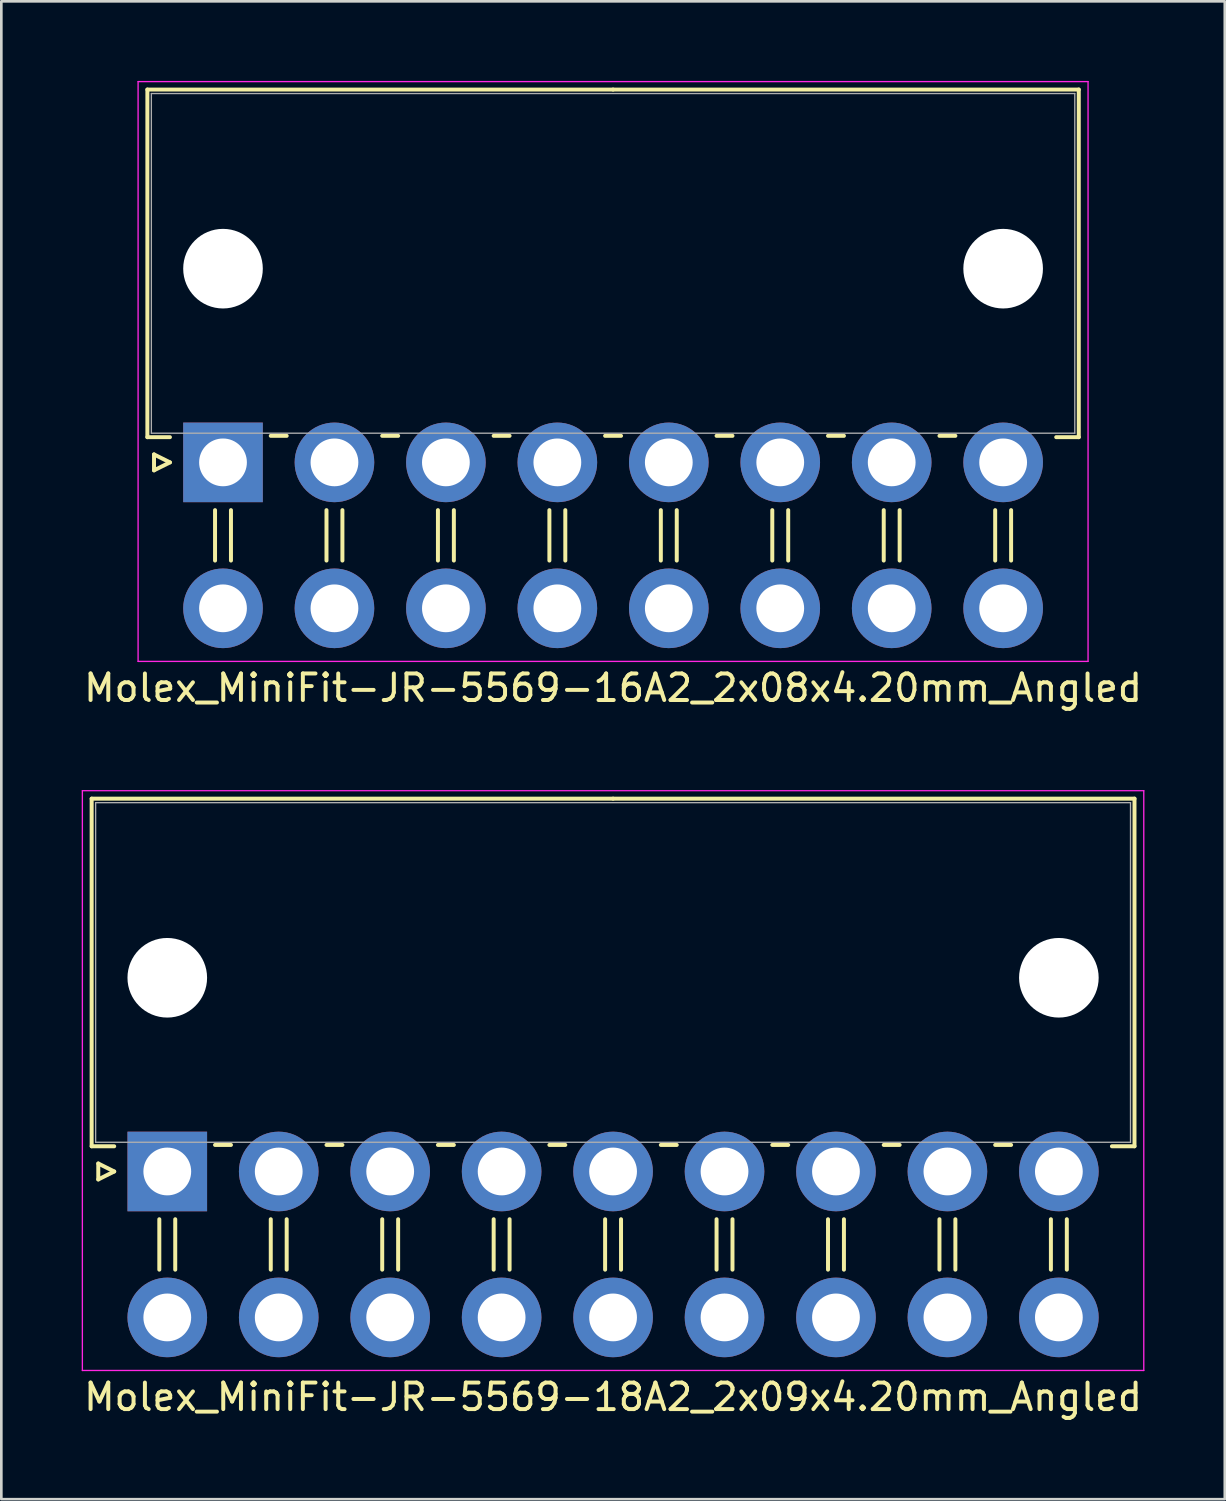
<source format=kicad_pcb>
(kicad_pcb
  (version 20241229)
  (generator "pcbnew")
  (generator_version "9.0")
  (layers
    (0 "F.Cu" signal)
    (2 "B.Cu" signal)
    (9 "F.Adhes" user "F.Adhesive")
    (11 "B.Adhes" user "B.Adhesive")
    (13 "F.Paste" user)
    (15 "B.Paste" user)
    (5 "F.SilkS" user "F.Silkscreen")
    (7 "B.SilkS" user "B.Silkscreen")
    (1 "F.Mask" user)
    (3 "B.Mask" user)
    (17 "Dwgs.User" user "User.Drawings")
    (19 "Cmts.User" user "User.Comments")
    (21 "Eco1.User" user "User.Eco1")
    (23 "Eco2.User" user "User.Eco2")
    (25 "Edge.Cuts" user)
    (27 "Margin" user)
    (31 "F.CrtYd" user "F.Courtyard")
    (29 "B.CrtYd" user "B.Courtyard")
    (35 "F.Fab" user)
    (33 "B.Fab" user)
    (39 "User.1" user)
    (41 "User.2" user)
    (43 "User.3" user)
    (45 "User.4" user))
  (footprint "Molex_MiniFit-JR-5569-16A2_2x08x4.20mm_Angled"
    (layer "F.Cu")
    (at 5.354 14.375)
    (property "Reference" "Molex_MiniFit-JR-5569-16A2_2x08x4.20mm_Angled" (at 14.7 8.5 0) (layer "F.SilkS") (effects (font (size 1 1) (thickness 0.15))))
    (attr through_hole)
    (fp_line (start -2.85 -14.05) (end 14.7 -14.05) (stroke (width 0.15) (type solid)) (layer "F.SilkS"))
    (fp_line (start -2.85 -0.95) (end -2.85 -14.05) (stroke (width 0.15) (type solid)) (layer "F.SilkS"))
    (fp_line (start -2.6 -0.3) (end -2 0) (stroke (width 0.15) (type solid)) (layer "F.SilkS"))
    (fp_line (start -2.6 0.3) (end -2.6 -0.3) (stroke (width 0.15) (type solid)) (layer "F.SilkS"))
    (fp_line (start -2 -0.95) (end -2.85 -0.95) (stroke (width 0.15) (type solid)) (layer "F.SilkS"))
    (fp_line (start -2 0) (end -2.6 0.3) (stroke (width 0.15) (type solid)) (layer "F.SilkS"))
    (fp_line (start -0.3 1.8) (end -0.3 3.7) (stroke (width 0.15) (type solid)) (layer "F.SilkS"))
    (fp_line (start 0.3 1.8) (end 0.3 3.7) (stroke (width 0.15) (type solid)) (layer "F.SilkS"))
    (fp_line (start 1.8 -1) (end 2.4 -1) (stroke (width 0.15) (type solid)) (layer "F.SilkS"))
    (fp_line (start 3.9 1.8) (end 3.9 3.7) (stroke (width 0.15) (type solid)) (layer "F.SilkS"))
    (fp_line (start 4.5 1.8) (end 4.5 3.7) (stroke (width 0.15) (type solid)) (layer "F.SilkS"))
    (fp_line (start 6 -1) (end 6.6 -1) (stroke (width 0.15) (type solid)) (layer "F.SilkS"))
    (fp_line (start 8.1 1.8) (end 8.1 3.7) (stroke (width 0.15) (type solid)) (layer "F.SilkS"))
    (fp_line (start 8.7 1.8) (end 8.7 3.7) (stroke (width 0.15) (type solid)) (layer "F.SilkS"))
    (fp_line (start 10.2 -1) (end 10.8 -1) (stroke (width 0.15) (type solid)) (layer "F.SilkS"))
    (fp_line (start 12.3 1.8) (end 12.3 3.7) (stroke (width 0.15) (type solid)) (layer "F.SilkS"))
    (fp_line (start 12.9 1.8) (end 12.9 3.7) (stroke (width 0.15) (type solid)) (layer "F.SilkS"))
    (fp_line (start 14.4 -1) (end 15 -1) (stroke (width 0.15) (type solid)) (layer "F.SilkS"))
    (fp_line (start 16.5 1.8) (end 16.5 3.7) (stroke (width 0.15) (type solid)) (layer "F.SilkS"))
    (fp_line (start 17.1 1.8) (end 17.1 3.7) (stroke (width 0.15) (type solid)) (layer "F.SilkS"))
    (fp_line (start 18.6 -1) (end 19.2 -1) (stroke (width 0.15) (type solid)) (layer "F.SilkS"))
    (fp_line (start 20.7 1.8) (end 20.7 3.7) (stroke (width 0.15) (type solid)) (layer "F.SilkS"))
    (fp_line (start 21.3 1.8) (end 21.3 3.7) (stroke (width 0.15) (type solid)) (layer "F.SilkS"))
    (fp_line (start 22.8 -1) (end 23.4 -1) (stroke (width 0.15) (type solid)) (layer "F.SilkS"))
    (fp_line (start 24.9 1.8) (end 24.9 3.7) (stroke (width 0.15) (type solid)) (layer "F.SilkS"))
    (fp_line (start 25.5 1.8) (end 25.5 3.7) (stroke (width 0.15) (type solid)) (layer "F.SilkS"))
    (fp_line (start 27 -1) (end 27.6 -1) (stroke (width 0.15) (type solid)) (layer "F.SilkS"))
    (fp_line (start 29.1 1.8) (end 29.1 3.7) (stroke (width 0.15) (type solid)) (layer "F.SilkS"))
    (fp_line (start 29.7 1.8) (end 29.7 3.7) (stroke (width 0.15) (type solid)) (layer "F.SilkS"))
    (fp_line (start 31.4 -0.95) (end 32.25 -0.95) (stroke (width 0.15) (type solid)) (layer "F.SilkS"))
    (fp_line (start 32.25 -14.05) (end 14.7 -14.05) (stroke (width 0.15) (type solid)) (layer "F.SilkS"))
    (fp_line (start 32.25 -0.95) (end 32.25 -14.05) (stroke (width 0.15) (type solid)) (layer "F.SilkS"))
    (fp_line (start -3.2 -14.35) (end -3.2 7.5) (stroke (width 0.05) (type solid)) (layer "F.CrtYd"))
    (fp_line (start -3.2 7.5) (end 32.6 7.5) (stroke (width 0.05) (type solid)) (layer "F.CrtYd"))
    (fp_line (start 32.6 -14.35) (end -3.2 -14.35) (stroke (width 0.05) (type solid)) (layer "F.CrtYd"))
    (fp_line (start 32.6 7.5) (end 32.6 -14.35) (stroke (width 0.05) (type solid)) (layer "F.CrtYd"))
    (fp_line (start -2.7 -13.9) (end -2.7 -1.1) (stroke (width 0.05) (type solid)) (layer "F.Fab"))
    (fp_line (start -2.7 -1.1) (end 32.1 -1.1) (stroke (width 0.05) (type solid)) (layer "F.Fab"))
    (fp_line (start 32.1 -13.9) (end -2.7 -13.9) (stroke (width 0.05) (type solid)) (layer "F.Fab"))
    (fp_line (start 32.1 -1.1) (end 32.1 -13.9) (stroke (width 0.05) (type solid)) (layer "F.Fab"))
    (pad "" np_thru_hole circle (at 0 -7.3) (size 3 3) (drill 3) (layers "*.Cu"))
    (pad "" np_thru_hole circle (at 29.4 -7.3) (size 3 3) (drill 3) (layers "*.Cu"))
    (pad "1" thru_hole rect (at 0 0) (size 3 3) (drill 1.8) (layers "*.Cu" "*.Mask"))
    (pad "2" thru_hole circle (at 4.2 0) (size 3 3) (drill 1.8) (layers "*.Cu" "*.Mask"))
    (pad "3" thru_hole circle (at 8.4 0) (size 3 3) (drill 1.8) (layers "*.Cu" "*.Mask"))
    (pad "4" thru_hole circle (at 12.6 0) (size 3 3) (drill 1.8) (layers "*.Cu" "*.Mask"))
    (pad "5" thru_hole circle (at 16.8 0) (size 3 3) (drill 1.8) (layers "*.Cu" "*.Mask"))
    (pad "6" thru_hole circle (at 21 0) (size 3 3) (drill 1.8) (layers "*.Cu" "*.Mask"))
    (pad "7" thru_hole circle (at 25.2 0) (size 3 3) (drill 1.8) (layers "*.Cu" "*.Mask"))
    (pad "8" thru_hole circle (at 29.4 0) (size 3 3) (drill 1.8) (layers "*.Cu" "*.Mask"))
    (pad "9" thru_hole circle (at 0 5.5) (size 3 3) (drill 1.8) (layers "*.Cu" "*.Mask"))
    (pad "10" thru_hole circle (at 4.2 5.5) (size 3 3) (drill 1.8) (layers "*.Cu" "*.Mask"))
    (pad "11" thru_hole circle (at 8.4 5.5) (size 3 3) (drill 1.8) (layers "*.Cu" "*.Mask"))
    (pad "12" thru_hole circle (at 12.6 5.5) (size 3 3) (drill 1.8) (layers "*.Cu" "*.Mask"))
    (pad "13" thru_hole circle (at 16.8 5.5) (size 3 3) (drill 1.8) (layers "*.Cu" "*.Mask"))
    (pad "14" thru_hole circle (at 21 5.5) (size 3 3) (drill 1.8) (layers "*.Cu" "*.Mask"))
    (pad "15" thru_hole circle (at 25.2 5.5) (size 3 3) (drill 1.8) (layers "*.Cu" "*.Mask"))
    (pad "16" thru_hole circle (at 29.4 5.5) (size 3 3) (drill 1.8) (layers "*.Cu" "*.Mask")))
  (footprint "Molex_MiniFit-JR-5569-18A2_2x09x4.20mm_Angled"
    (layer "F.Cu")
    (at 3.254 41.098)
    (property "Reference" "Molex_MiniFit-JR-5569-18A2_2x09x4.20mm_Angled" (at 16.8 8.5 0) (layer "F.SilkS") (effects (font (size 1 1) (thickness 0.15))))
    (attr through_hole)
    (fp_line (start -2.85 -14.05) (end 16.8 -14.05) (stroke (width 0.15) (type solid)) (layer "F.SilkS"))
    (fp_line (start -2.85 -0.95) (end -2.85 -14.05) (stroke (width 0.15) (type solid)) (layer "F.SilkS"))
    (fp_line (start -2.6 -0.3) (end -2 0) (stroke (width 0.15) (type solid)) (layer "F.SilkS"))
    (fp_line (start -2.6 0.3) (end -2.6 -0.3) (stroke (width 0.15) (type solid)) (layer "F.SilkS"))
    (fp_line (start -2 -0.95) (end -2.85 -0.95) (stroke (width 0.15) (type solid)) (layer "F.SilkS"))
    (fp_line (start -2 0) (end -2.6 0.3) (stroke (width 0.15) (type solid)) (layer "F.SilkS"))
    (fp_line (start -0.3 1.8) (end -0.3 3.7) (stroke (width 0.15) (type solid)) (layer "F.SilkS"))
    (fp_line (start 0.3 1.8) (end 0.3 3.7) (stroke (width 0.15) (type solid)) (layer "F.SilkS"))
    (fp_line (start 1.8 -1) (end 2.4 -1) (stroke (width 0.15) (type solid)) (layer "F.SilkS"))
    (fp_line (start 3.9 1.8) (end 3.9 3.7) (stroke (width 0.15) (type solid)) (layer "F.SilkS"))
    (fp_line (start 4.5 1.8) (end 4.5 3.7) (stroke (width 0.15) (type solid)) (layer "F.SilkS"))
    (fp_line (start 6 -1) (end 6.6 -1) (stroke (width 0.15) (type solid)) (layer "F.SilkS"))
    (fp_line (start 8.1 1.8) (end 8.1 3.7) (stroke (width 0.15) (type solid)) (layer "F.SilkS"))
    (fp_line (start 8.7 1.8) (end 8.7 3.7) (stroke (width 0.15) (type solid)) (layer "F.SilkS"))
    (fp_line (start 10.2 -1) (end 10.8 -1) (stroke (width 0.15) (type solid)) (layer "F.SilkS"))
    (fp_line (start 12.3 1.8) (end 12.3 3.7) (stroke (width 0.15) (type solid)) (layer "F.SilkS"))
    (fp_line (start 12.9 1.8) (end 12.9 3.7) (stroke (width 0.15) (type solid)) (layer "F.SilkS"))
    (fp_line (start 14.4 -1) (end 15 -1) (stroke (width 0.15) (type solid)) (layer "F.SilkS"))
    (fp_line (start 16.5 1.8) (end 16.5 3.7) (stroke (width 0.15) (type solid)) (layer "F.SilkS"))
    (fp_line (start 17.1 1.8) (end 17.1 3.7) (stroke (width 0.15) (type solid)) (layer "F.SilkS"))
    (fp_line (start 18.6 -1) (end 19.2 -1) (stroke (width 0.15) (type solid)) (layer "F.SilkS"))
    (fp_line (start 20.7 1.8) (end 20.7 3.7) (stroke (width 0.15) (type solid)) (layer "F.SilkS"))
    (fp_line (start 21.3 1.8) (end 21.3 3.7) (stroke (width 0.15) (type solid)) (layer "F.SilkS"))
    (fp_line (start 22.8 -1) (end 23.4 -1) (stroke (width 0.15) (type solid)) (layer "F.SilkS"))
    (fp_line (start 24.9 1.8) (end 24.9 3.7) (stroke (width 0.15) (type solid)) (layer "F.SilkS"))
    (fp_line (start 25.5 1.8) (end 25.5 3.7) (stroke (width 0.15) (type solid)) (layer "F.SilkS"))
    (fp_line (start 27 -1) (end 27.6 -1) (stroke (width 0.15) (type solid)) (layer "F.SilkS"))
    (fp_line (start 29.1 1.8) (end 29.1 3.7) (stroke (width 0.15) (type solid)) (layer "F.SilkS"))
    (fp_line (start 29.7 1.8) (end 29.7 3.7) (stroke (width 0.15) (type solid)) (layer "F.SilkS"))
    (fp_line (start 31.2 -1) (end 31.8 -1) (stroke (width 0.15) (type solid)) (layer "F.SilkS"))
    (fp_line (start 33.3 1.8) (end 33.3 3.7) (stroke (width 0.15) (type solid)) (layer "F.SilkS"))
    (fp_line (start 33.9 1.8) (end 33.9 3.7) (stroke (width 0.15) (type solid)) (layer "F.SilkS"))
    (fp_line (start 35.6 -0.95) (end 36.45 -0.95) (stroke (width 0.15) (type solid)) (layer "F.SilkS"))
    (fp_line (start 36.45 -14.05) (end 16.8 -14.05) (stroke (width 0.15) (type solid)) (layer "F.SilkS"))
    (fp_line (start 36.45 -0.95) (end 36.45 -14.05) (stroke (width 0.15) (type solid)) (layer "F.SilkS"))
    (fp_line (start -3.2 -14.35) (end -3.2 7.5) (stroke (width 0.05) (type solid)) (layer "F.CrtYd"))
    (fp_line (start -3.2 7.5) (end 36.8 7.5) (stroke (width 0.05) (type solid)) (layer "F.CrtYd"))
    (fp_line (start 36.8 -14.35) (end -3.2 -14.35) (stroke (width 0.05) (type solid)) (layer "F.CrtYd"))
    (fp_line (start 36.8 7.5) (end 36.8 -14.35) (stroke (width 0.05) (type solid)) (layer "F.CrtYd"))
    (fp_line (start -2.7 -13.9) (end -2.7 -1.1) (stroke (width 0.05) (type solid)) (layer "F.Fab"))
    (fp_line (start -2.7 -1.1) (end 36.3 -1.1) (stroke (width 0.05) (type solid)) (layer "F.Fab"))
    (fp_line (start 36.3 -13.9) (end -2.7 -13.9) (stroke (width 0.05) (type solid)) (layer "F.Fab"))
    (fp_line (start 36.3 -1.1) (end 36.3 -13.9) (stroke (width 0.05) (type solid)) (layer "F.Fab"))
    (pad "" np_thru_hole circle (at 0 -7.3) (size 3 3) (drill 3) (layers "*.Cu"))
    (pad "" np_thru_hole circle (at 33.6 -7.3) (size 3 3) (drill 3) (layers "*.Cu"))
    (pad "1" thru_hole rect (at 0 0) (size 3 3) (drill 1.8) (layers "*.Cu" "*.Mask"))
    (pad "2" thru_hole circle (at 4.2 0) (size 3 3) (drill 1.8) (layers "*.Cu" "*.Mask"))
    (pad "3" thru_hole circle (at 8.4 0) (size 3 3) (drill 1.8) (layers "*.Cu" "*.Mask"))
    (pad "4" thru_hole circle (at 12.6 0) (size 3 3) (drill 1.8) (layers "*.Cu" "*.Mask"))
    (pad "5" thru_hole circle (at 16.8 0) (size 3 3) (drill 1.8) (layers "*.Cu" "*.Mask"))
    (pad "6" thru_hole circle (at 21 0) (size 3 3) (drill 1.8) (layers "*.Cu" "*.Mask"))
    (pad "7" thru_hole circle (at 25.2 0) (size 3 3) (drill 1.8) (layers "*.Cu" "*.Mask"))
    (pad "8" thru_hole circle (at 29.4 0) (size 3 3) (drill 1.8) (layers "*.Cu" "*.Mask"))
    (pad "9" thru_hole circle (at 33.6 0) (size 3 3) (drill 1.8) (layers "*.Cu" "*.Mask"))
    (pad "10" thru_hole circle (at 0 5.5) (size 3 3) (drill 1.8) (layers "*.Cu" "*.Mask"))
    (pad "11" thru_hole circle (at 4.2 5.5) (size 3 3) (drill 1.8) (layers "*.Cu" "*.Mask"))
    (pad "12" thru_hole circle (at 8.4 5.5) (size 3 3) (drill 1.8) (layers "*.Cu" "*.Mask"))
    (pad "13" thru_hole circle (at 12.6 5.5) (size 3 3) (drill 1.8) (layers "*.Cu" "*.Mask"))
    (pad "14" thru_hole circle (at 16.8 5.5) (size 3 3) (drill 1.8) (layers "*.Cu" "*.Mask"))
    (pad "15" thru_hole circle (at 21 5.5) (size 3 3) (drill 1.8) (layers "*.Cu" "*.Mask"))
    (pad "16" thru_hole circle (at 25.2 5.5) (size 3 3) (drill 1.8) (layers "*.Cu" "*.Mask"))
    (pad "17" thru_hole circle (at 29.4 5.5) (size 3 3) (drill 1.8) (layers "*.Cu" "*.Mask"))
    (pad "18" thru_hole circle (at 33.6 5.5) (size 3 3) (drill 1.8) (layers "*.Cu" "*.Mask")))
  (gr_rect
    (start -3 -3)
    (end 43.107 53.447)
    (stroke (width 0.1) (type default))
    (fill no)
    (layer "Edge.Cuts")))
</source>
